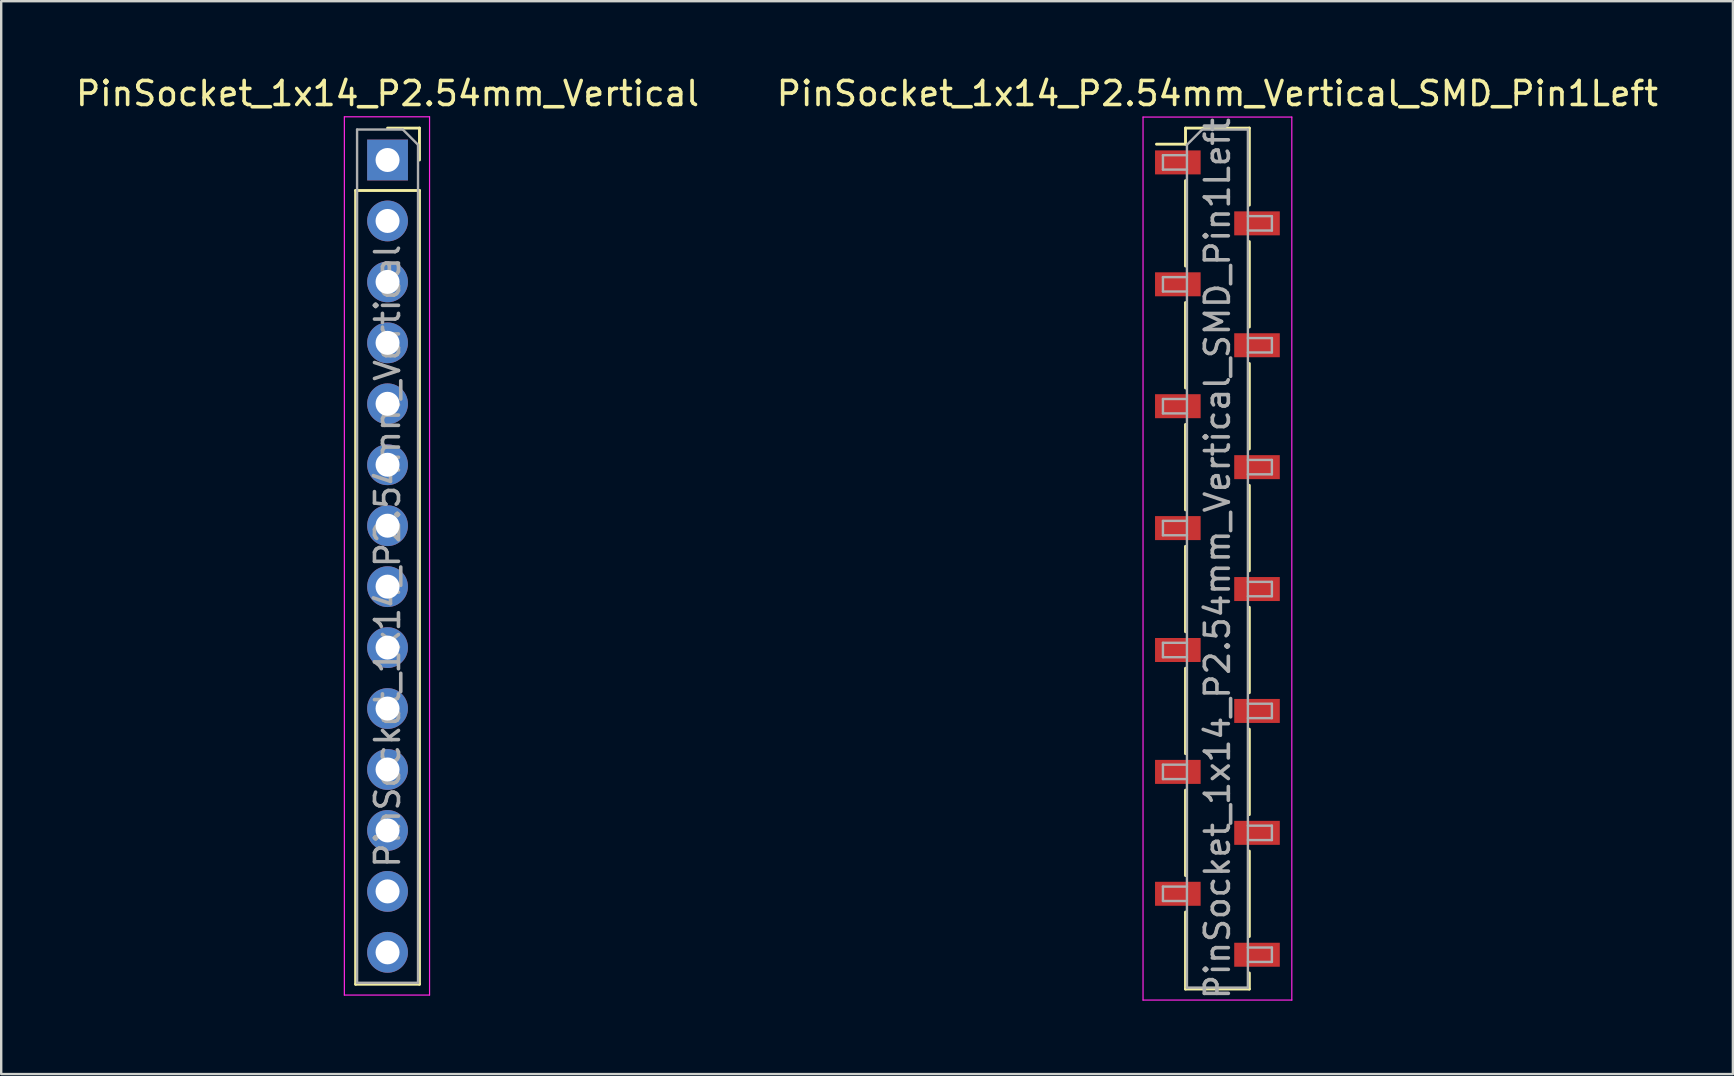
<source format=kicad_pcb>
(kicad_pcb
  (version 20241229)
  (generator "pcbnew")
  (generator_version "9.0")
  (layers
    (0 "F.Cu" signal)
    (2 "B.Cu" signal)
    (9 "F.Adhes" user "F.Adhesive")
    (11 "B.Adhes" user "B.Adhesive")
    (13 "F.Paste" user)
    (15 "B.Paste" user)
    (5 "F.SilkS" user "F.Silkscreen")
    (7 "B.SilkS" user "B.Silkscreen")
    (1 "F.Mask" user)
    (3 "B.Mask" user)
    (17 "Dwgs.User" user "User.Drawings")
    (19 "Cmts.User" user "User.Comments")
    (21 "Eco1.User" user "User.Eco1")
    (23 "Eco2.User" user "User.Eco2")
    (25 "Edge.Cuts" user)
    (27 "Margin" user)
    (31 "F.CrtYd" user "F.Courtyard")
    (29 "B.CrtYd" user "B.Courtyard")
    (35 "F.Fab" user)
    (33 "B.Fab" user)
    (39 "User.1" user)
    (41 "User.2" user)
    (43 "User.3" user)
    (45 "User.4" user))
  (footprint "PinSocket_1x14_P2.54mm_Vertical"
    (layer "F.Cu")
    (at 13.101 3.618)
    (property "Reference" "PinSocket_1x14_P2.54mm_Vertical" (at 0 -2.77 0) (layer "F.SilkS") (effects (font (size 1 1) (thickness 0.15))))
    (attr through_hole)
    (fp_line (start -1.33 1.27) (end -1.33 34.35) (stroke (width 0.12) (type solid)) (layer "F.SilkS"))
    (fp_line (start -1.33 1.27) (end 1.33 1.27) (stroke (width 0.12) (type solid)) (layer "F.SilkS"))
    (fp_line (start -1.33 34.35) (end 1.33 34.35) (stroke (width 0.12) (type solid)) (layer "F.SilkS"))
    (fp_line (start 0 -1.33) (end 1.33 -1.33) (stroke (width 0.12) (type solid)) (layer "F.SilkS"))
    (fp_line (start 1.33 -1.33) (end 1.33 0) (stroke (width 0.12) (type solid)) (layer "F.SilkS"))
    (fp_line (start 1.33 1.27) (end 1.33 34.35) (stroke (width 0.12) (type solid)) (layer "F.SilkS"))
    (fp_line (start -1.8 -1.8) (end 1.75 -1.8) (stroke (width 0.05) (type solid)) (layer "F.CrtYd"))
    (fp_line (start -1.8 34.8) (end -1.8 -1.8) (stroke (width 0.05) (type solid)) (layer "F.CrtYd"))
    (fp_line (start 1.75 -1.8) (end 1.75 34.8) (stroke (width 0.05) (type solid)) (layer "F.CrtYd"))
    (fp_line (start 1.75 34.8) (end -1.8 34.8) (stroke (width 0.05) (type solid)) (layer "F.CrtYd"))
    (fp_line (start -1.27 -1.27) (end 0.635 -1.27) (stroke (width 0.1) (type solid)) (layer "F.Fab"))
    (fp_line (start -1.27 34.29) (end -1.27 -1.27) (stroke (width 0.1) (type solid)) (layer "F.Fab"))
    (fp_line (start 0.635 -1.27) (end 1.27 -0.635) (stroke (width 0.1) (type solid)) (layer "F.Fab"))
    (fp_line (start 1.27 -0.635) (end 1.27 34.29) (stroke (width 0.1) (type solid)) (layer "F.Fab"))
    (fp_line (start 1.27 34.29) (end -1.27 34.29) (stroke (width 0.1) (type solid)) (layer "F.Fab"))
    (fp_text user "${REFERENCE}" (at 0 16.51 90) (layer "F.Fab") (effects (font (size 1 1) (thickness 0.15))))
    (pad "1" thru_hole rect (at 0 0) (size 1.7 1.7) (drill 1) (layers "*.Cu" "*.Mask"))
    (pad "2" thru_hole oval (at 0 2.54) (size 1.7 1.7) (drill 1) (layers "*.Cu" "*.Mask"))
    (pad "3" thru_hole oval (at 0 5.08) (size 1.7 1.7) (drill 1) (layers "*.Cu" "*.Mask"))
    (pad "4" thru_hole oval (at 0 7.62) (size 1.7 1.7) (drill 1) (layers "*.Cu" "*.Mask"))
    (pad "5" thru_hole oval (at 0 10.16) (size 1.7 1.7) (drill 1) (layers "*.Cu" "*.Mask"))
    (pad "6" thru_hole oval (at 0 12.7) (size 1.7 1.7) (drill 1) (layers "*.Cu" "*.Mask"))
    (pad "7" thru_hole oval (at 0 15.24) (size 1.7 1.7) (drill 1) (layers "*.Cu" "*.Mask"))
    (pad "8" thru_hole oval (at 0 17.78) (size 1.7 1.7) (drill 1) (layers "*.Cu" "*.Mask"))
    (pad "9" thru_hole oval (at 0 20.32) (size 1.7 1.7) (drill 1) (layers "*.Cu" "*.Mask"))
    (pad "10" thru_hole oval (at 0 22.86) (size 1.7 1.7) (drill 1) (layers "*.Cu" "*.Mask"))
    (pad "11" thru_hole oval (at 0 25.4) (size 1.7 1.7) (drill 1) (layers "*.Cu" "*.Mask"))
    (pad "12" thru_hole oval (at 0 27.94) (size 1.7 1.7) (drill 1) (layers "*.Cu" "*.Mask"))
    (pad "13" thru_hole oval (at 0 30.48) (size 1.7 1.7) (drill 1) (layers "*.Cu" "*.Mask"))
    (pad "14" thru_hole oval (at 0 33.02) (size 1.7 1.7) (drill 1) (layers "*.Cu" "*.Mask")))
  (footprint "PinSocket_1x14_P2.54mm_Vertical_SMD_Pin1Left"
    (layer "F.Cu")
    (at 47.685 20.228)
    (property "Reference" "PinSocket_1x14_P2.54mm_Vertical_SMD_Pin1Left" (at 0 -19.38 0) (layer "F.SilkS") (effects (font (size 1 1) (thickness 0.15))))
    (attr smd)
    (fp_line (start -2.54 -17.27) (end -1.33 -17.27) (stroke (width 0.12) (type solid)) (layer "F.SilkS"))
    (fp_line (start -1.33 -17.94) (end -1.33 -17.27) (stroke (width 0.12) (type solid)) (layer "F.SilkS"))
    (fp_line (start -1.33 -17.94) (end 1.33 -17.94) (stroke (width 0.12) (type solid)) (layer "F.SilkS"))
    (fp_line (start -1.33 -15.75) (end -1.33 -12.19) (stroke (width 0.12) (type solid)) (layer "F.SilkS"))
    (fp_line (start -1.33 -10.67) (end -1.33 -7.11) (stroke (width 0.12) (type solid)) (layer "F.SilkS"))
    (fp_line (start -1.33 -5.59) (end -1.33 -2.03) (stroke (width 0.12) (type solid)) (layer "F.SilkS"))
    (fp_line (start -1.33 -0.51) (end -1.33 3.05) (stroke (width 0.12) (type solid)) (layer "F.SilkS"))
    (fp_line (start -1.33 4.57) (end -1.33 8.13) (stroke (width 0.12) (type solid)) (layer "F.SilkS"))
    (fp_line (start -1.33 9.65) (end -1.33 13.21) (stroke (width 0.12) (type solid)) (layer "F.SilkS"))
    (fp_line (start -1.33 14.73) (end -1.33 17.94) (stroke (width 0.12) (type solid)) (layer "F.SilkS"))
    (fp_line (start -1.33 17.94) (end 1.33 17.94) (stroke (width 0.12) (type solid)) (layer "F.SilkS"))
    (fp_line (start 1.33 -17.94) (end 1.33 -14.73) (stroke (width 0.12) (type solid)) (layer "F.SilkS"))
    (fp_line (start 1.33 -13.21) (end 1.33 -9.65) (stroke (width 0.12) (type solid)) (layer "F.SilkS"))
    (fp_line (start 1.33 -8.13) (end 1.33 -4.57) (stroke (width 0.12) (type solid)) (layer "F.SilkS"))
    (fp_line (start 1.33 -3.05) (end 1.33 0.51) (stroke (width 0.12) (type solid)) (layer "F.SilkS"))
    (fp_line (start 1.33 2.03) (end 1.33 5.59) (stroke (width 0.12) (type solid)) (layer "F.SilkS"))
    (fp_line (start 1.33 7.11) (end 1.33 10.67) (stroke (width 0.12) (type solid)) (layer "F.SilkS"))
    (fp_line (start 1.33 12.19) (end 1.33 15.75) (stroke (width 0.12) (type solid)) (layer "F.SilkS"))
    (fp_line (start 1.33 17.27) (end 1.33 17.94) (stroke (width 0.12) (type solid)) (layer "F.SilkS"))
    (fp_line (start -3.1 -18.4) (end 3.1 -18.4) (stroke (width 0.05) (type solid)) (layer "F.CrtYd"))
    (fp_line (start -3.1 18.4) (end -3.1 -18.4) (stroke (width 0.05) (type solid)) (layer "F.CrtYd"))
    (fp_line (start 3.1 -18.4) (end 3.1 18.4) (stroke (width 0.05) (type solid)) (layer "F.CrtYd"))
    (fp_line (start 3.1 18.4) (end -3.1 18.4) (stroke (width 0.05) (type solid)) (layer "F.CrtYd"))
    (fp_line (start -2.27 -16.81) (end -1.27 -16.81) (stroke (width 0.1) (type solid)) (layer "F.Fab"))
    (fp_line (start -2.27 -16.21) (end -2.27 -16.81) (stroke (width 0.1) (type solid)) (layer "F.Fab"))
    (fp_line (start -2.27 -11.73) (end -1.27 -11.73) (stroke (width 0.1) (type solid)) (layer "F.Fab"))
    (fp_line (start -2.27 -11.13) (end -2.27 -11.73) (stroke (width 0.1) (type solid)) (layer "F.Fab"))
    (fp_line (start -2.27 -6.65) (end -1.27 -6.65) (stroke (width 0.1) (type solid)) (layer "F.Fab"))
    (fp_line (start -2.27 -6.05) (end -2.27 -6.65) (stroke (width 0.1) (type solid)) (layer "F.Fab"))
    (fp_line (start -2.27 -1.57) (end -1.27 -1.57) (stroke (width 0.1) (type solid)) (layer "F.Fab"))
    (fp_line (start -2.27 -0.97) (end -2.27 -1.57) (stroke (width 0.1) (type solid)) (layer "F.Fab"))
    (fp_line (start -2.27 3.51) (end -1.27 3.51) (stroke (width 0.1) (type solid)) (layer "F.Fab"))
    (fp_line (start -2.27 4.11) (end -2.27 3.51) (stroke (width 0.1) (type solid)) (layer "F.Fab"))
    (fp_line (start -2.27 8.59) (end -1.27 8.59) (stroke (width 0.1) (type solid)) (layer "F.Fab"))
    (fp_line (start -2.27 9.19) (end -2.27 8.59) (stroke (width 0.1) (type solid)) (layer "F.Fab"))
    (fp_line (start -2.27 13.67) (end -1.27 13.67) (stroke (width 0.1) (type solid)) (layer "F.Fab"))
    (fp_line (start -2.27 14.27) (end -2.27 13.67) (stroke (width 0.1) (type solid)) (layer "F.Fab"))
    (fp_line (start -1.27 -17.245) (end -0.635 -17.88) (stroke (width 0.1) (type solid)) (layer "F.Fab"))
    (fp_line (start -1.27 -16.21) (end -2.27 -16.21) (stroke (width 0.1) (type solid)) (layer "F.Fab"))
    (fp_line (start -1.27 -11.13) (end -2.27 -11.13) (stroke (width 0.1) (type solid)) (layer "F.Fab"))
    (fp_line (start -1.27 -6.05) (end -2.27 -6.05) (stroke (width 0.1) (type solid)) (layer "F.Fab"))
    (fp_line (start -1.27 -0.97) (end -2.27 -0.97) (stroke (width 0.1) (type solid)) (layer "F.Fab"))
    (fp_line (start -1.27 4.11) (end -2.27 4.11) (stroke (width 0.1) (type solid)) (layer "F.Fab"))
    (fp_line (start -1.27 9.19) (end -2.27 9.19) (stroke (width 0.1) (type solid)) (layer "F.Fab"))
    (fp_line (start -1.27 14.27) (end -2.27 14.27) (stroke (width 0.1) (type solid)) (layer "F.Fab"))
    (fp_line (start -1.27 17.88) (end -1.27 -17.245) (stroke (width 0.1) (type solid)) (layer "F.Fab"))
    (fp_line (start -0.635 -17.88) (end 1.27 -17.88) (stroke (width 0.1) (type solid)) (layer "F.Fab"))
    (fp_line (start 1.27 -17.88) (end 1.27 17.88) (stroke (width 0.1) (type solid)) (layer "F.Fab"))
    (fp_line (start 1.27 -14.27) (end 2.27 -14.27) (stroke (width 0.1) (type solid)) (layer "F.Fab"))
    (fp_line (start 1.27 -9.19) (end 2.27 -9.19) (stroke (width 0.1) (type solid)) (layer "F.Fab"))
    (fp_line (start 1.27 -4.11) (end 2.27 -4.11) (stroke (width 0.1) (type solid)) (layer "F.Fab"))
    (fp_line (start 1.27 0.97) (end 2.27 0.97) (stroke (width 0.1) (type solid)) (layer "F.Fab"))
    (fp_line (start 1.27 6.05) (end 2.27 6.05) (stroke (width 0.1) (type solid)) (layer "F.Fab"))
    (fp_line (start 1.27 11.13) (end 2.27 11.13) (stroke (width 0.1) (type solid)) (layer "F.Fab"))
    (fp_line (start 1.27 16.21) (end 2.27 16.21) (stroke (width 0.1) (type solid)) (layer "F.Fab"))
    (fp_line (start 1.27 17.88) (end -1.27 17.88) (stroke (width 0.1) (type solid)) (layer "F.Fab"))
    (fp_line (start 2.27 -14.27) (end 2.27 -13.67) (stroke (width 0.1) (type solid)) (layer "F.Fab"))
    (fp_line (start 2.27 -13.67) (end 1.27 -13.67) (stroke (width 0.1) (type solid)) (layer "F.Fab"))
    (fp_line (start 2.27 -9.19) (end 2.27 -8.59) (stroke (width 0.1) (type solid)) (layer "F.Fab"))
    (fp_line (start 2.27 -8.59) (end 1.27 -8.59) (stroke (width 0.1) (type solid)) (layer "F.Fab"))
    (fp_line (start 2.27 -4.11) (end 2.27 -3.51) (stroke (width 0.1) (type solid)) (layer "F.Fab"))
    (fp_line (start 2.27 -3.51) (end 1.27 -3.51) (stroke (width 0.1) (type solid)) (layer "F.Fab"))
    (fp_line (start 2.27 0.97) (end 2.27 1.57) (stroke (width 0.1) (type solid)) (layer "F.Fab"))
    (fp_line (start 2.27 1.57) (end 1.27 1.57) (stroke (width 0.1) (type solid)) (layer "F.Fab"))
    (fp_line (start 2.27 6.05) (end 2.27 6.65) (stroke (width 0.1) (type solid)) (layer "F.Fab"))
    (fp_line (start 2.27 6.65) (end 1.27 6.65) (stroke (width 0.1) (type solid)) (layer "F.Fab"))
    (fp_line (start 2.27 11.13) (end 2.27 11.73) (stroke (width 0.1) (type solid)) (layer "F.Fab"))
    (fp_line (start 2.27 11.73) (end 1.27 11.73) (stroke (width 0.1) (type solid)) (layer "F.Fab"))
    (fp_line (start 2.27 16.21) (end 2.27 16.81) (stroke (width 0.1) (type solid)) (layer "F.Fab"))
    (fp_line (start 2.27 16.81) (end 1.27 16.81) (stroke (width 0.1) (type solid)) (layer "F.Fab"))
    (fp_text user "${REFERENCE}" (at 0 0 90) (layer "F.Fab") (effects (font (size 1 1) (thickness 0.15))))
    (pad "1" smd rect (at -1.65 -16.51) (size 1.9 1) (layers "F.Cu" "F.Mask" "F.Paste"))
    (pad "2" smd rect (at 1.65 -13.97) (size 1.9 1) (layers "F.Cu" "F.Mask" "F.Paste"))
    (pad "3" smd rect (at -1.65 -11.43) (size 1.9 1) (layers "F.Cu" "F.Mask" "F.Paste"))
    (pad "4" smd rect (at 1.65 -8.89) (size 1.9 1) (layers "F.Cu" "F.Mask" "F.Paste"))
    (pad "5" smd rect (at -1.65 -6.35) (size 1.9 1) (layers "F.Cu" "F.Mask" "F.Paste"))
    (pad "6" smd rect (at 1.65 -3.81) (size 1.9 1) (layers "F.Cu" "F.Mask" "F.Paste"))
    (pad "7" smd rect (at -1.65 -1.27) (size 1.9 1) (layers "F.Cu" "F.Mask" "F.Paste"))
    (pad "8" smd rect (at 1.65 1.27) (size 1.9 1) (layers "F.Cu" "F.Mask" "F.Paste"))
    (pad "9" smd rect (at -1.65 3.81) (size 1.9 1) (layers "F.Cu" "F.Mask" "F.Paste"))
    (pad "10" smd rect (at 1.65 6.35) (size 1.9 1) (layers "F.Cu" "F.Mask" "F.Paste"))
    (pad "11" smd rect (at -1.65 8.89) (size 1.9 1) (layers "F.Cu" "F.Mask" "F.Paste"))
    (pad "12" smd rect (at 1.65 11.43) (size 1.9 1) (layers "F.Cu" "F.Mask" "F.Paste"))
    (pad "13" smd rect (at -1.65 13.97) (size 1.9 1) (layers "F.Cu" "F.Mask" "F.Paste"))
    (pad "14" smd rect (at 1.65 16.51) (size 1.9 1) (layers "F.Cu" "F.Mask" "F.Paste")))
  (gr_rect
    (start -3 -3)
    (end 69.167 41.71)
    (stroke (width 0.1) (type default))
    (fill no)
    (layer "Edge.Cuts")))
</source>
